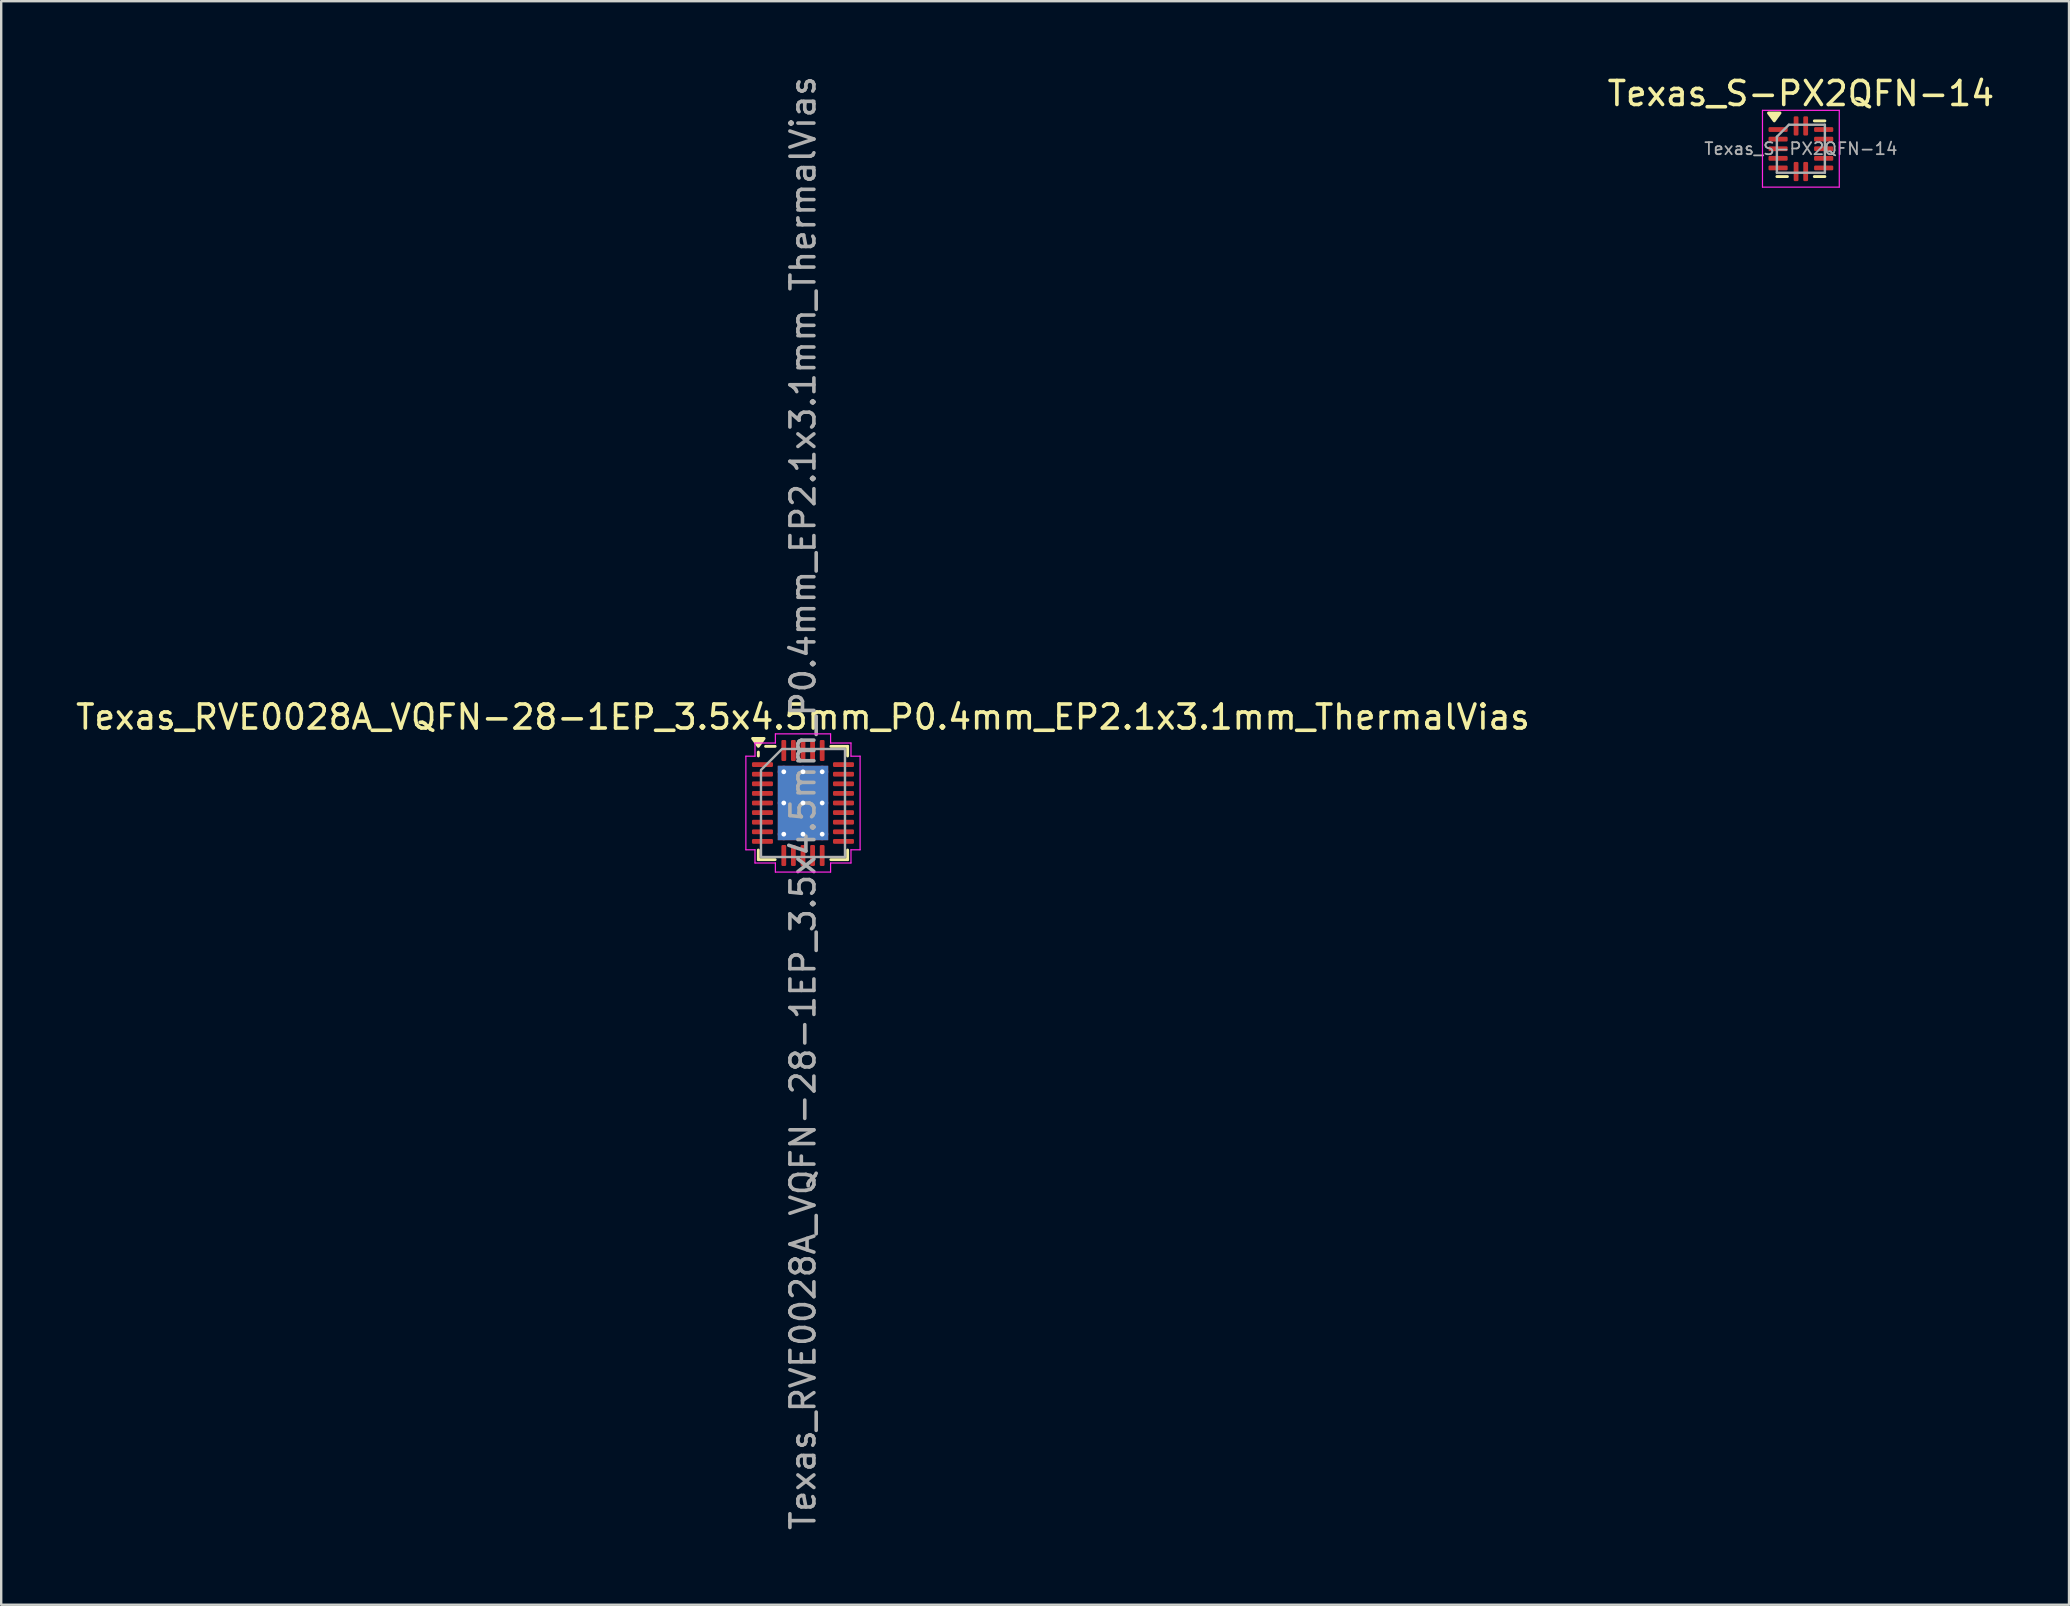
<source format=kicad_pcb>
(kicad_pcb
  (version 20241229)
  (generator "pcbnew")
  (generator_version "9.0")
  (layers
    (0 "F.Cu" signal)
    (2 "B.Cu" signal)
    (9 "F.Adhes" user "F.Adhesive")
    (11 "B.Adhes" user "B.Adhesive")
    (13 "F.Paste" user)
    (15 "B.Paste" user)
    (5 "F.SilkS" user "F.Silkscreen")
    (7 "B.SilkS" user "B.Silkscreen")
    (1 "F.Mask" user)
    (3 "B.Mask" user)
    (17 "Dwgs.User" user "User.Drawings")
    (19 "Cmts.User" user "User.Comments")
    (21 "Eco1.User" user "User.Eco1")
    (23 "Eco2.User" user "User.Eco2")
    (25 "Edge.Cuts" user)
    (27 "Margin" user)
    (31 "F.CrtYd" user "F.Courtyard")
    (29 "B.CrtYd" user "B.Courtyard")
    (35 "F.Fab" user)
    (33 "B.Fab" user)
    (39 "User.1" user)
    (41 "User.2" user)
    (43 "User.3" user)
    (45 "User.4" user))
  (footprint "Texas_S-PX2QFN-14"
    (layer "F.Cu")
    (at 71.994 3.148)
    (property "Reference" "Texas_S-PX2QFN-14" (at 0 -2.3 0) (layer "F.SilkS") (effects (font (size 1 1) (thickness 0.15))))
    (attr smd)
    (fp_line (start -0.56 1.16) (end -1 1.16) (stroke (width 0.12) (type solid)) (layer "F.SilkS"))
    (fp_line (start 0.56 -1.16) (end 1 -1.16) (stroke (width 0.12) (type solid)) (layer "F.SilkS"))
    (fp_line (start 0.56 1.16) (end 1 1.16) (stroke (width 0.12) (type solid)) (layer "F.SilkS"))
    (fp_poly (pts (xy -1.11 -1.16) (xy -1.35 -1.49) (xy -0.87 -1.49) (xy -1.11 -1.16)) (stroke (width 0.12) (type solid)) (fill yes) (layer "F.SilkS"))
    (fp_line (start -1.6 -1.6) (end -1.6 1.6) (stroke (width 0.05) (type solid)) (layer "F.CrtYd"))
    (fp_line (start -1.6 1.6) (end 1.6 1.6) (stroke (width 0.05) (type solid)) (layer "F.CrtYd"))
    (fp_line (start 1.6 -1.6) (end -1.6 -1.6) (stroke (width 0.05) (type solid)) (layer "F.CrtYd"))
    (fp_line (start 1.6 1.6) (end 1.6 -1.6) (stroke (width 0.05) (type solid)) (layer "F.CrtYd"))
    (fp_line (start -1 -0.5) (end -0.5 -1) (stroke (width 0.1) (type solid)) (layer "F.Fab"))
    (fp_line (start -1 1) (end -1 -0.5) (stroke (width 0.1) (type solid)) (layer "F.Fab"))
    (fp_line (start -0.5 -1) (end 1 -1) (stroke (width 0.1) (type solid)) (layer "F.Fab"))
    (fp_line (start 1 -1) (end 1 1) (stroke (width 0.1) (type solid)) (layer "F.Fab"))
    (fp_line (start 1 1) (end -1 1) (stroke (width 0.1) (type solid)) (layer "F.Fab"))
    (fp_text user "${REFERENCE}" (at 0 0 0) (layer "F.Fab") (effects (font (size 0.5 0.5) (thickness 0.075))))
    (pad "1" smd roundrect (at -0.95 -0.8) (size 0.8 0.2) (layers "F.Cu" "F.Mask" "F.Paste") (roundrect_rratio 0.25))
    (pad "2" smd roundrect (at -0.95 -0.4) (size 0.8 0.2) (layers "F.Cu" "F.Mask" "F.Paste") (roundrect_rratio 0.25))
    (pad "3" smd roundrect (at -0.95 0) (size 0.8 0.2) (layers "F.Cu" "F.Mask" "F.Paste") (roundrect_rratio 0.25))
    (pad "4" smd roundrect (at -0.95 0.4) (size 0.8 0.2) (layers "F.Cu" "F.Mask" "F.Paste") (roundrect_rratio 0.25))
    (pad "5" smd roundrect (at -0.95 0.8) (size 0.8 0.2) (layers "F.Cu" "F.Mask" "F.Paste") (roundrect_rratio 0.25))
    (pad "6" smd roundrect (at -0.2 0.95) (size 0.2 0.8) (layers "F.Cu" "F.Mask" "F.Paste") (roundrect_rratio 0.25))
    (pad "7" smd roundrect (at 0.2 0.95) (size 0.2 0.8) (layers "F.Cu" "F.Mask" "F.Paste") (roundrect_rratio 0.25))
    (pad "8" smd roundrect (at 0.95 0.8) (size 0.8 0.2) (layers "F.Cu" "F.Mask" "F.Paste") (roundrect_rratio 0.25))
    (pad "9" smd roundrect (at 0.95 0.4) (size 0.8 0.2) (layers "F.Cu" "F.Mask" "F.Paste") (roundrect_rratio 0.25))
    (pad "10" smd roundrect (at 0.95 0) (size 0.8 0.2) (layers "F.Cu" "F.Mask" "F.Paste") (roundrect_rratio 0.25))
    (pad "11" smd roundrect (at 0.95 -0.4) (size 0.8 0.2) (layers "F.Cu" "F.Mask" "F.Paste") (roundrect_rratio 0.25))
    (pad "12" smd roundrect (at 0.95 -0.8) (size 0.8 0.2) (layers "F.Cu" "F.Mask" "F.Paste") (roundrect_rratio 0.25))
    (pad "13" smd roundrect (at 0.2 -0.95) (size 0.2 0.8) (layers "F.Cu" "F.Mask" "F.Paste") (roundrect_rratio 0.25))
    (pad "14" smd roundrect (at -0.2 -0.95) (size 0.2 0.8) (layers "F.Cu" "F.Mask" "F.Paste") (roundrect_rratio 0.25)))
  (footprint "Texas_RVE0028A_VQFN-28-1EP_3.5x4.5mm_P0.4mm_EP2.1x3.1mm_ThermalVias"
    (layer "F.Cu")
    (at 30.411 30.411)
    (property "Reference" "Texas_RVE0028A_VQFN-28-1EP_3.5x4.5mm_P0.4mm_EP2.1x3.1mm_ThermalVias" (at 0 -3.58 0) (layer "F.SilkS") (effects (font (size 1 1) (thickness 0.15))))
    (attr smd)
    (fp_line (start -1.86 -1.96) (end -1.86 -2.12) (stroke (width 0.12) (type solid)) (layer "F.SilkS"))
    (fp_line (start -1.86 2.36) (end -1.86 1.96) (stroke (width 0.12) (type solid)) (layer "F.SilkS"))
    (fp_line (start -1.16 -2.36) (end -1.56 -2.36) (stroke (width 0.12) (type solid)) (layer "F.SilkS"))
    (fp_line (start -1.16 2.36) (end -1.86 2.36) (stroke (width 0.12) (type solid)) (layer "F.SilkS"))
    (fp_line (start 1.16 -2.36) (end 1.86 -2.36) (stroke (width 0.12) (type solid)) (layer "F.SilkS"))
    (fp_line (start 1.16 2.36) (end 1.86 2.36) (stroke (width 0.12) (type solid)) (layer "F.SilkS"))
    (fp_line (start 1.86 -2.36) (end 1.86 -1.96) (stroke (width 0.12) (type solid)) (layer "F.SilkS"))
    (fp_line (start 1.86 2.36) (end 1.86 1.96) (stroke (width 0.12) (type solid)) (layer "F.SilkS"))
    (fp_poly (pts (xy -1.86 -2.36) (xy -2.1 -2.69) (xy -1.62 -2.69)) (stroke (width 0.12) (type solid)) (fill yes) (layer "F.SilkS"))
    (fp_line (start -2.38 -1.95) (end -2 -1.95) (stroke (width 0.05) (type solid)) (layer "F.CrtYd"))
    (fp_line (start -2.38 1.95) (end -2.38 -1.95) (stroke (width 0.05) (type solid)) (layer "F.CrtYd"))
    (fp_line (start -2 -2.5) (end -1.15 -2.5) (stroke (width 0.05) (type solid)) (layer "F.CrtYd"))
    (fp_line (start -2 -1.95) (end -2 -2.5) (stroke (width 0.05) (type solid)) (layer "F.CrtYd"))
    (fp_line (start -2 1.95) (end -2.38 1.95) (stroke (width 0.05) (type solid)) (layer "F.CrtYd"))
    (fp_line (start -2 2.5) (end -2 1.95) (stroke (width 0.05) (type solid)) (layer "F.CrtYd"))
    (fp_line (start -1.15 -2.88) (end 1.15 -2.88) (stroke (width 0.05) (type solid)) (layer "F.CrtYd"))
    (fp_line (start -1.15 -2.5) (end -1.15 -2.88) (stroke (width 0.05) (type solid)) (layer "F.CrtYd"))
    (fp_line (start -1.15 2.5) (end -2 2.5) (stroke (width 0.05) (type solid)) (layer "F.CrtYd"))
    (fp_line (start -1.15 2.88) (end -1.15 2.5) (stroke (width 0.05) (type solid)) (layer "F.CrtYd"))
    (fp_line (start 1.15 -2.88) (end 1.15 -2.5) (stroke (width 0.05) (type solid)) (layer "F.CrtYd"))
    (fp_line (start 1.15 -2.5) (end 2 -2.5) (stroke (width 0.05) (type solid)) (layer "F.CrtYd"))
    (fp_line (start 1.15 2.5) (end 1.15 2.88) (stroke (width 0.05) (type solid)) (layer "F.CrtYd"))
    (fp_line (start 1.15 2.88) (end -1.15 2.88) (stroke (width 0.05) (type solid)) (layer "F.CrtYd"))
    (fp_line (start 2 -2.5) (end 2 -1.95) (stroke (width 0.05) (type solid)) (layer "F.CrtYd"))
    (fp_line (start 2 -1.95) (end 2.38 -1.95) (stroke (width 0.05) (type solid)) (layer "F.CrtYd"))
    (fp_line (start 2 1.95) (end 2 2.5) (stroke (width 0.05) (type solid)) (layer "F.CrtYd"))
    (fp_line (start 2 2.5) (end 1.15 2.5) (stroke (width 0.05) (type solid)) (layer "F.CrtYd"))
    (fp_line (start 2.38 -1.95) (end 2.38 1.95) (stroke (width 0.05) (type solid)) (layer "F.CrtYd"))
    (fp_line (start 2.38 1.95) (end 2 1.95) (stroke (width 0.05) (type solid)) (layer "F.CrtYd"))
    (fp_poly (pts (xy -1.75 -1.375) (xy -1.75 2.25) (xy 1.75 2.25) (xy 1.75 -2.25) (xy -0.875 -2.25)) (stroke (width 0.1) (type solid)) (fill no) (layer "F.Fab"))
    (fp_text user "${REFERENCE}" (at 0 0 90) (layer "F.Fab") (effects (font (size 1 1) (thickness 0.15))))
    (pad "" smd roundrect (at -0.525 -0.775) (size 0.88 1.3) (layers "F.Paste") (roundrect_rratio 0.25))
    (pad "" smd roundrect (at -0.525 0.775) (size 0.88 1.3) (layers "F.Paste") (roundrect_rratio 0.25))
    (pad "" smd roundrect (at 0.525 -0.775) (size 0.88 1.3) (layers "F.Paste") (roundrect_rratio 0.25))
    (pad "" smd roundrect (at 0.525 0.775) (size 0.88 1.3) (layers "F.Paste") (roundrect_rratio 0.25))
    (pad "1" smd roundrect (at -1.688 -1.6) (size 0.875 0.2) (layers "F.Cu" "F.Mask" "F.Paste") (roundrect_rratio 0.25))
    (pad "2" smd roundrect (at -1.688 -1.2) (size 0.875 0.2) (layers "F.Cu" "F.Mask" "F.Paste") (roundrect_rratio 0.25))
    (pad "3" smd roundrect (at -1.688 -0.8) (size 0.875 0.2) (layers "F.Cu" "F.Mask" "F.Paste") (roundrect_rratio 0.25))
    (pad "4" smd roundrect (at -1.688 -0.4) (size 0.875 0.2) (layers "F.Cu" "F.Mask" "F.Paste") (roundrect_rratio 0.25))
    (pad "5" smd roundrect (at -1.688 0) (size 0.875 0.2) (layers "F.Cu" "F.Mask" "F.Paste") (roundrect_rratio 0.25))
    (pad "6" smd roundrect (at -1.688 0.4) (size 0.875 0.2) (layers "F.Cu" "F.Mask" "F.Paste") (roundrect_rratio 0.25))
    (pad "7" smd roundrect (at -1.688 0.8) (size 0.875 0.2) (layers "F.Cu" "F.Mask" "F.Paste") (roundrect_rratio 0.25))
    (pad "8" smd roundrect (at -1.688 1.2) (size 0.875 0.2) (layers "F.Cu" "F.Mask" "F.Paste") (roundrect_rratio 0.25))
    (pad "9" smd roundrect (at -1.688 1.6) (size 0.875 0.2) (layers "F.Cu" "F.Mask" "F.Paste") (roundrect_rratio 0.25))
    (pad "10" smd roundrect (at -0.8 2.188) (size 0.2 0.875) (layers "F.Cu" "F.Mask" "F.Paste") (roundrect_rratio 0.25))
    (pad "11" smd roundrect (at -0.4 2.188) (size 0.2 0.875) (layers "F.Cu" "F.Mask" "F.Paste") (roundrect_rratio 0.25))
    (pad "12" smd roundrect (at 0 2.188) (size 0.2 0.875) (layers "F.Cu" "F.Mask" "F.Paste") (roundrect_rratio 0.25))
    (pad "13" smd roundrect (at 0.4 2.188) (size 0.2 0.875) (layers "F.Cu" "F.Mask" "F.Paste") (roundrect_rratio 0.25))
    (pad "14" smd roundrect (at 0.8 2.188) (size 0.2 0.875) (layers "F.Cu" "F.Mask" "F.Paste") (roundrect_rratio 0.25))
    (pad "15" smd roundrect (at 1.688 1.6) (size 0.875 0.2) (layers "F.Cu" "F.Mask" "F.Paste") (roundrect_rratio 0.25))
    (pad "16" smd roundrect (at 1.688 1.2) (size 0.875 0.2) (layers "F.Cu" "F.Mask" "F.Paste") (roundrect_rratio 0.25))
    (pad "17" smd roundrect (at 1.688 0.8) (size 0.875 0.2) (layers "F.Cu" "F.Mask" "F.Paste") (roundrect_rratio 0.25))
    (pad "18" smd roundrect (at 1.688 0.4) (size 0.875 0.2) (layers "F.Cu" "F.Mask" "F.Paste") (roundrect_rratio 0.25))
    (pad "19" smd roundrect (at 1.688 0) (size 0.875 0.2) (layers "F.Cu" "F.Mask" "F.Paste") (roundrect_rratio 0.25))
    (pad "20" smd roundrect (at 1.688 -0.4) (size 0.875 0.2) (layers "F.Cu" "F.Mask" "F.Paste") (roundrect_rratio 0.25))
    (pad "21" smd roundrect (at 1.688 -0.8) (size 0.875 0.2) (layers "F.Cu" "F.Mask" "F.Paste") (roundrect_rratio 0.25))
    (pad "22" smd roundrect (at 1.688 -1.2) (size 0.875 0.2) (layers "F.Cu" "F.Mask" "F.Paste") (roundrect_rratio 0.25))
    (pad "23" smd roundrect (at 1.688 -1.6) (size 0.875 0.2) (layers "F.Cu" "F.Mask" "F.Paste") (roundrect_rratio 0.25))
    (pad "24" smd roundrect (at 0.8 -2.188) (size 0.2 0.875) (layers "F.Cu" "F.Mask" "F.Paste") (roundrect_rratio 0.25))
    (pad "25" smd roundrect (at 0.4 -2.188) (size 0.2 0.875) (layers "F.Cu" "F.Mask" "F.Paste") (roundrect_rratio 0.25))
    (pad "26" smd roundrect (at 0 -2.188) (size 0.2 0.875) (layers "F.Cu" "F.Mask" "F.Paste") (roundrect_rratio 0.25))
    (pad "27" smd roundrect (at -0.4 -2.188) (size 0.2 0.875) (layers "F.Cu" "F.Mask" "F.Paste") (roundrect_rratio 0.25))
    (pad "28" smd roundrect (at -0.8 -2.188) (size 0.2 0.875) (layers "F.Cu" "F.Mask" "F.Paste") (roundrect_rratio 0.25))
    (pad "29" thru_hole circle (at -0.8 -1.3) (size 0.5 0.5) (drill 0.2) (property pad_prop_heatsink) (layers "*.Cu"))
    (pad "29" thru_hole circle (at -0.8 0) (size 0.5 0.5) (drill 0.2) (property pad_prop_heatsink) (layers "*.Cu"))
    (pad "29" thru_hole circle (at -0.8 1.3) (size 0.5 0.5) (drill 0.2) (property pad_prop_heatsink) (layers "*.Cu"))
    (pad "29" thru_hole circle (at 0 -1.3) (size 0.5 0.5) (drill 0.2) (property pad_prop_heatsink) (layers "*.Cu"))
    (pad "29" thru_hole circle (at 0 0) (size 0.5 0.5) (drill 0.2) (property pad_prop_heatsink) (layers "*.Cu"))
    (pad "29" smd rect (at 0 0) (size 2.1 3.1) (property pad_prop_heatsink) (layers "F.Cu" "F.Mask"))
    (pad "29" smd rect (at 0 0) (size 2.1 3.1) (property pad_prop_heatsink) (layers "B.Cu"))
    (pad "29" thru_hole circle (at 0 1.3) (size 0.5 0.5) (drill 0.2) (property pad_prop_heatsink) (layers "*.Cu"))
    (pad "29" thru_hole circle (at 0.8 -1.3) (size 0.5 0.5) (drill 0.2) (property pad_prop_heatsink) (layers "*.Cu"))
    (pad "29" thru_hole circle (at 0.8 0) (size 0.5 0.5) (drill 0.2) (property pad_prop_heatsink) (layers "*.Cu"))
    (pad "29" thru_hole circle (at 0.8 1.3) (size 0.5 0.5) (drill 0.2) (property pad_prop_heatsink) (layers "*.Cu")))
  (gr_rect
    (start -3 -3)
    (end 83.167 63.821)
    (stroke (width 0.1) (type default))
    (fill no)
    (layer "Edge.Cuts")))
</source>
